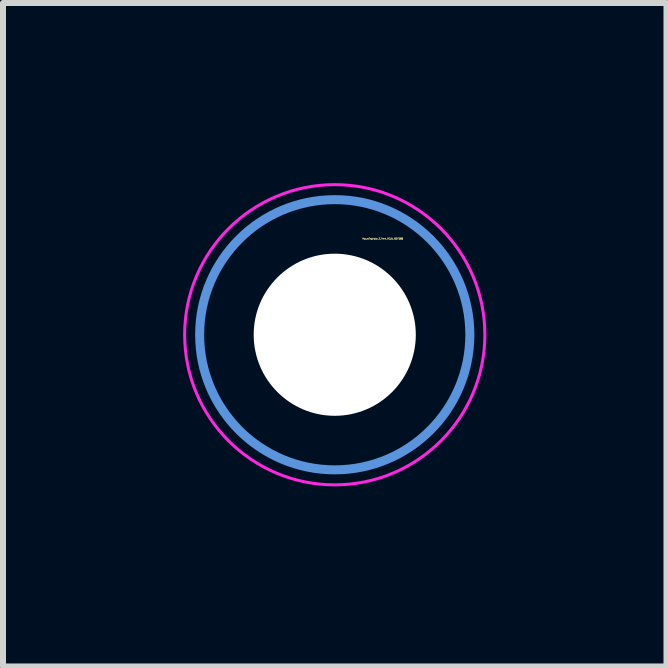
<source format=kicad_pcb>
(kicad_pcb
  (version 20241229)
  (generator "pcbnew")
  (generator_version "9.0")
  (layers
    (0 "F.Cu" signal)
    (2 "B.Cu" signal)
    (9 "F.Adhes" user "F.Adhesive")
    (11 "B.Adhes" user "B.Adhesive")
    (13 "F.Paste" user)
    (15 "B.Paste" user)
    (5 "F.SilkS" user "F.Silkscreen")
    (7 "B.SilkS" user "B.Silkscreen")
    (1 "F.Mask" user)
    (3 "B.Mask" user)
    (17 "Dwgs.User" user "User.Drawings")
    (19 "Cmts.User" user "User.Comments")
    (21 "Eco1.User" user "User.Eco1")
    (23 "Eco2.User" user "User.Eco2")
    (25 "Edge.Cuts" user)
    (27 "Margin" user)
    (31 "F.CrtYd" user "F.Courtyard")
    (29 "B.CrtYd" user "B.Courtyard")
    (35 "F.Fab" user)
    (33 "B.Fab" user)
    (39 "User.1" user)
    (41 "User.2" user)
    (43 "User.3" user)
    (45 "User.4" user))
  (footprint "MountingHole_2.7mm_M2.5_ISO7380"
    (layer "F.Cu")
    (at 2.525 2.525)
    (property "Reference" "MountingHole_2.7mm_M2.5_ISO7380" (at 0.8 -1.6 0) (layer "F.SilkS") (effects (font (size 0.025 0.025) (thickness 0.025))))
    (attr exclude_from_pos_files exclude_from_bom)
    (fp_circle (center 0 0) (end 2.25 0) (stroke (width 0.15) (type solid)) (fill no) (layer "Cmts.User"))
    (fp_circle (center 0 0) (end 2.5 0) (stroke (width 0.05) (type solid)) (fill no) (layer "F.CrtYd"))
    (pad "" np_thru_hole circle (at 0 0) (size 2.7 2.7) (drill 2.7) (layers "*.Cu" "*.Mask")))
  (gr_rect
    (start -3 -3)
    (end 8.05 8.05)
    (stroke (width 0.1) (type default))
    (fill no)
    (layer "Edge.Cuts")))
</source>
